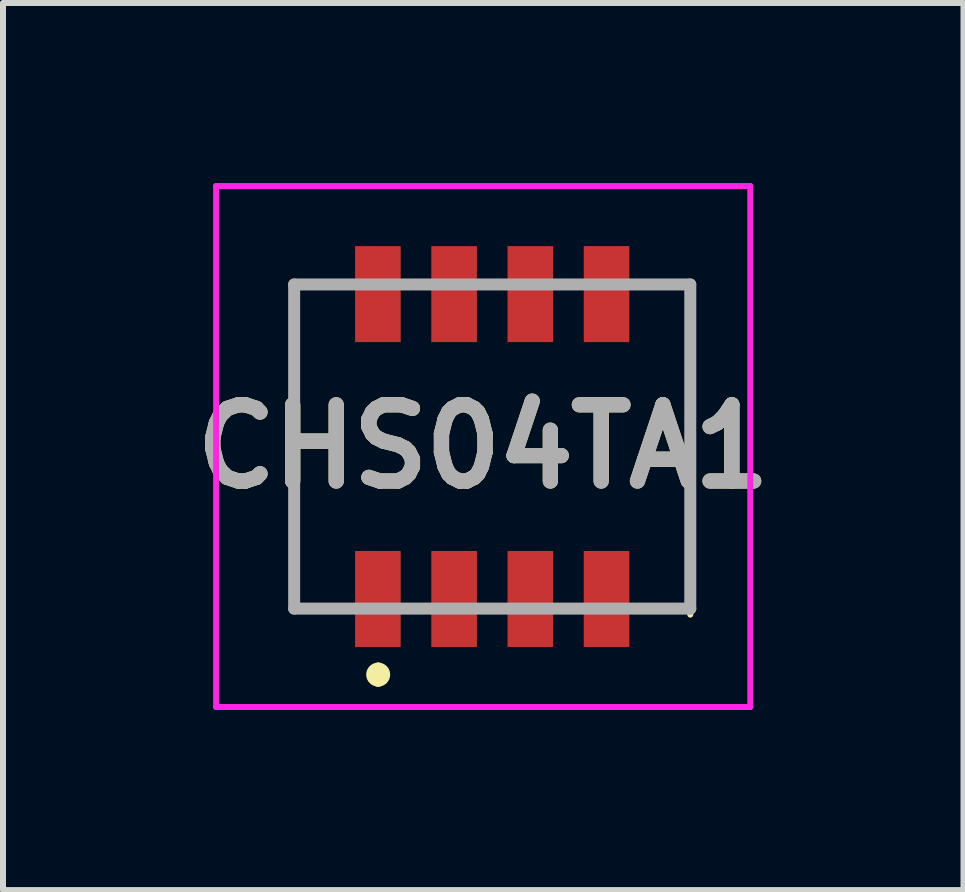
<source format=kicad_pcb>
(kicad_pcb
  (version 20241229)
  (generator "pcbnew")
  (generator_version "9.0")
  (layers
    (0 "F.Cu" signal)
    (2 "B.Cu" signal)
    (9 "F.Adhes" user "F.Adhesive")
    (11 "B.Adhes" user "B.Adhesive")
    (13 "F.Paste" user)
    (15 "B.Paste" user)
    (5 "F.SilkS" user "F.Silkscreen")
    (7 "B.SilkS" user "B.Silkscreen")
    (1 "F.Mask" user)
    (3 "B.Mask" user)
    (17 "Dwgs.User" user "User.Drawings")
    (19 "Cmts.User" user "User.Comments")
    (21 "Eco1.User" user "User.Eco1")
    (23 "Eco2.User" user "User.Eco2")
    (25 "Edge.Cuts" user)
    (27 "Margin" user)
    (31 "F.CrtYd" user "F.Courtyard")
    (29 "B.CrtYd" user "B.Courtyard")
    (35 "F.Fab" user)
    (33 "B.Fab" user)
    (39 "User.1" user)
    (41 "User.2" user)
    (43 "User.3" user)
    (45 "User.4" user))
  (footprint "CHS04TA1"
    (layer "F.Cu")
    (at 5.151 4.39)
    (property "Reference" "CHS04TA1" (at -0.15 0 0) (layer "F.SilkS") (effects (font (size 1.27 1.27) (thickness 0.254))))
    (attr smd)
    (fp_line (start -3.3 -2.7) (end -3.3 2.6) (stroke (width 0.1) (type solid)) (layer "F.SilkS"))
    (fp_line (start -1.9 3.7) (end -1.9 3.7) (stroke (width 0.2) (type solid)) (layer "F.SilkS"))
    (fp_line (start -1.9 3.9) (end -1.9 3.9) (stroke (width 0.2) (type solid)) (layer "F.SilkS"))
    (fp_line (start 2.4 -2.7) (end 3.3 -2.7) (stroke (width 0.1) (type solid)) (layer "F.SilkS"))
    (fp_line (start 3.3 -2.7) (end 3.3 2.8) (stroke (width 0.1) (type solid)) (layer "F.SilkS"))
    (fp_arc (start -1.9 3.7) (mid -1.8 3.8) (end -1.9 3.9) (stroke (width 0.2) (type solid)) (layer "F.SilkS"))
    (fp_arc (start -1.9 3.9) (mid -2 3.8) (end -1.9 3.7) (stroke (width 0.2) (type solid)) (layer "F.SilkS"))
    (fp_line (start -4.6 -4.34) (end 4.3 -4.34) (stroke (width 0.1) (type solid)) (layer "F.CrtYd"))
    (fp_line (start -4.6 4.34) (end -4.6 -4.34) (stroke (width 0.1) (type solid)) (layer "F.CrtYd"))
    (fp_line (start 4.3 -4.34) (end 4.3 4.34) (stroke (width 0.1) (type solid)) (layer "F.CrtYd"))
    (fp_line (start 4.3 4.34) (end -4.6 4.34) (stroke (width 0.1) (type solid)) (layer "F.CrtYd"))
    (fp_line (start -3.3 -2.7) (end 3.3 -2.7) (stroke (width 0.2) (type solid)) (layer "F.Fab"))
    (fp_line (start -3.3 2.7) (end -3.3 -2.7) (stroke (width 0.2) (type solid)) (layer "F.Fab"))
    (fp_line (start 3.3 -2.7) (end 3.3 2.7) (stroke (width 0.2) (type solid)) (layer "F.Fab"))
    (fp_line (start 3.3 2.7) (end -3.3 2.7) (stroke (width 0.2) (type solid)) (layer "F.Fab"))
    (fp_text user "${REFERENCE}" (at -0.15 0 0) (layer "F.Fab") (effects (font (size 1.27 1.27) (thickness 0.254))))
    (pad "1" smd rect (at -1.905 2.54) (size 0.76 1.6) (layers "F.Cu" "F.Mask" "F.Paste"))
    (pad "2" smd rect (at -0.635 2.54) (size 0.76 1.6) (layers "F.Cu" "F.Mask" "F.Paste"))
    (pad "3" smd rect (at 0.635 2.54) (size 0.76 1.6) (layers "F.Cu" "F.Mask" "F.Paste"))
    (pad "4" smd rect (at 1.905 2.54) (size 0.76 1.6) (layers "F.Cu" "F.Mask" "F.Paste"))
    (pad "5" smd rect (at 1.905 -2.54) (size 0.76 1.6) (layers "F.Cu" "F.Mask" "F.Paste"))
    (pad "6" smd rect (at 0.635 -2.54) (size 0.76 1.6) (layers "F.Cu" "F.Mask" "F.Paste"))
    (pad "7" smd rect (at -0.635 -2.54) (size 0.76 1.6) (layers "F.Cu" "F.Mask" "F.Paste"))
    (pad "8" smd rect (at -1.905 -2.54) (size 0.76 1.6) (layers "F.Cu" "F.Mask" "F.Paste")))
  (gr_rect
    (start -3 -3)
    (end 13.003 11.78)
    (stroke (width 0.1) (type default))
    (fill no)
    (layer "Edge.Cuts")))
</source>
